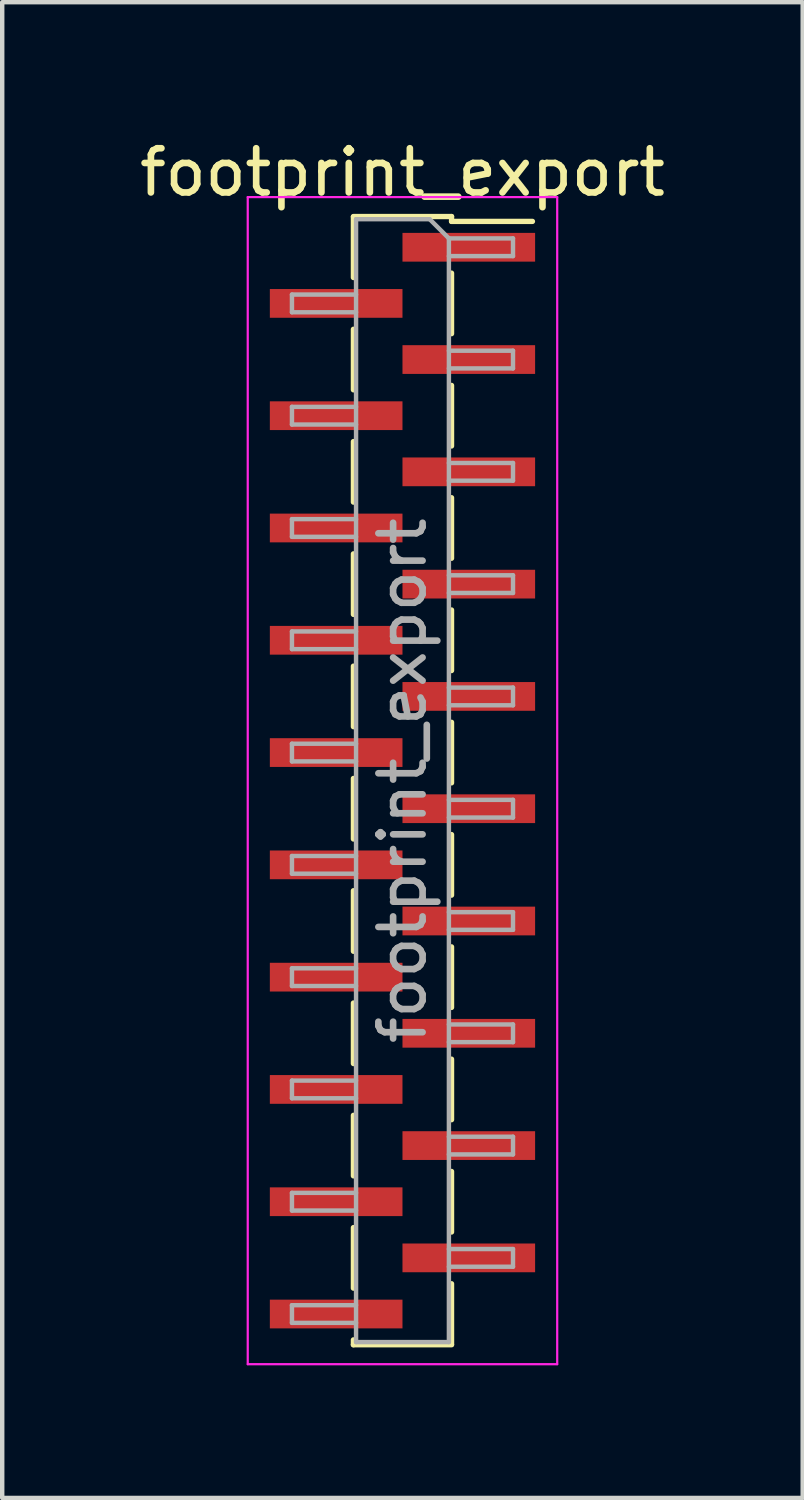
<source format=kicad_pcb>
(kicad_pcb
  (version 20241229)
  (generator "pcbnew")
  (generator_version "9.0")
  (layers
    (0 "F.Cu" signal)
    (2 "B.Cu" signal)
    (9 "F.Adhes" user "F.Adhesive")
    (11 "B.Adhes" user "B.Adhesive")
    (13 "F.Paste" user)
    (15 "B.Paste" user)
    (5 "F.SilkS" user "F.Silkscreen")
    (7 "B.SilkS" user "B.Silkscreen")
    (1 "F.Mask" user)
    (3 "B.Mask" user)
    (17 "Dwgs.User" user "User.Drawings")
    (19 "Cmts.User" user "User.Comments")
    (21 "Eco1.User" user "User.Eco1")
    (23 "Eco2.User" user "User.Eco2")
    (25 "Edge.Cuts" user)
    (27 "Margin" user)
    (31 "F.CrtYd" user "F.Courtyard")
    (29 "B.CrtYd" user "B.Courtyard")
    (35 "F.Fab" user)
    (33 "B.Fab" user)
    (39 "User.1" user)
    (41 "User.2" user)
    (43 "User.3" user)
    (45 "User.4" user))
  (footprint "footprint_export"
    (layer "F.Cu")
    (at 6.054 14.608)
    (property "Reference" "footprint_export" (at 0 -13.76 0) (layer "F.SilkS") (effects (font (size 1 1) (thickness 0.15))))
    (attr smd)
    (fp_line (start -1.11 -12.76) (end 1.11 -12.76) (stroke (width 0.12) (type solid)) (layer "F.SilkS"))
    (fp_line (start -1.11 -12.75) (end -1.11 -11.38) (stroke (width 0.12) (type solid)) (layer "F.SilkS"))
    (fp_line (start -1.11 -10.21) (end -1.11 -8.84) (stroke (width 0.12) (type solid)) (layer "F.SilkS"))
    (fp_line (start -1.11 -7.67) (end -1.11 -6.3) (stroke (width 0.12) (type solid)) (layer "F.SilkS"))
    (fp_line (start -1.11 -5.13) (end -1.11 -3.76) (stroke (width 0.12) (type solid)) (layer "F.SilkS"))
    (fp_line (start -1.11 -2.59) (end -1.11 -1.22) (stroke (width 0.12) (type solid)) (layer "F.SilkS"))
    (fp_line (start -1.11 -0.05) (end -1.11 1.32) (stroke (width 0.12) (type solid)) (layer "F.SilkS"))
    (fp_line (start -1.11 2.49) (end -1.11 3.86) (stroke (width 0.12) (type solid)) (layer "F.SilkS"))
    (fp_line (start -1.11 5.03) (end -1.11 6.4) (stroke (width 0.12) (type solid)) (layer "F.SilkS"))
    (fp_line (start -1.11 7.57) (end -1.11 8.94) (stroke (width 0.12) (type solid)) (layer "F.SilkS"))
    (fp_line (start -1.11 10.11) (end -1.11 11.48) (stroke (width 0.12) (type solid)) (layer "F.SilkS"))
    (fp_line (start -1.11 12.65) (end -1.11 12.76) (stroke (width 0.12) (type solid)) (layer "F.SilkS"))
    (fp_line (start -1.11 12.76) (end 1.11 12.76) (stroke (width 0.12) (type solid)) (layer "F.SilkS"))
    (fp_line (start 1.11 -12.76) (end 1.11 -12.65) (stroke (width 0.12) (type solid)) (layer "F.SilkS"))
    (fp_line (start 1.11 -12.65) (end 2.94 -12.65) (stroke (width 0.12) (type solid)) (layer "F.SilkS"))
    (fp_line (start 1.11 -11.48) (end 1.11 -10.11) (stroke (width 0.12) (type solid)) (layer "F.SilkS"))
    (fp_line (start 1.11 -8.94) (end 1.11 -7.57) (stroke (width 0.12) (type solid)) (layer "F.SilkS"))
    (fp_line (start 1.11 -6.4) (end 1.11 -5.03) (stroke (width 0.12) (type solid)) (layer "F.SilkS"))
    (fp_line (start 1.11 -3.86) (end 1.11 -2.49) (stroke (width 0.12) (type solid)) (layer "F.SilkS"))
    (fp_line (start 1.11 -1.32) (end 1.11 0.05) (stroke (width 0.12) (type solid)) (layer "F.SilkS"))
    (fp_line (start 1.11 1.22) (end 1.11 2.59) (stroke (width 0.12) (type solid)) (layer "F.SilkS"))
    (fp_line (start 1.11 3.76) (end 1.11 5.13) (stroke (width 0.12) (type solid)) (layer "F.SilkS"))
    (fp_line (start 1.11 6.3) (end 1.11 7.67) (stroke (width 0.12) (type solid)) (layer "F.SilkS"))
    (fp_line (start 1.11 8.84) (end 1.11 10.21) (stroke (width 0.12) (type solid)) (layer "F.SilkS"))
    (fp_line (start 1.11 11.38) (end 1.11 12.75) (stroke (width 0.12) (type solid)) (layer "F.SilkS"))
    (fp_line (start -3.5 -13.2) (end -3.5 13.2) (stroke (width 0.05) (type solid)) (layer "F.CrtYd"))
    (fp_line (start -3.5 13.2) (end 3.5 13.2) (stroke (width 0.05) (type solid)) (layer "F.CrtYd"))
    (fp_line (start 3.5 -13.2) (end -3.5 -13.2) (stroke (width 0.05) (type solid)) (layer "F.CrtYd"))
    (fp_line (start 3.5 13.2) (end 3.5 -13.2) (stroke (width 0.05) (type solid)) (layer "F.CrtYd"))
    (fp_line (start -2.5 -10.995) (end -2.5 -10.595) (stroke (width 0.1) (type solid)) (layer "F.Fab"))
    (fp_line (start -2.5 -10.595) (end -1.05 -10.595) (stroke (width 0.1) (type solid)) (layer "F.Fab"))
    (fp_line (start -2.5 -8.455) (end -2.5 -8.055) (stroke (width 0.1) (type solid)) (layer "F.Fab"))
    (fp_line (start -2.5 -8.055) (end -1.05 -8.055) (stroke (width 0.1) (type solid)) (layer "F.Fab"))
    (fp_line (start -2.5 -5.915) (end -2.5 -5.515) (stroke (width 0.1) (type solid)) (layer "F.Fab"))
    (fp_line (start -2.5 -5.515) (end -1.05 -5.515) (stroke (width 0.1) (type solid)) (layer "F.Fab"))
    (fp_line (start -2.5 -3.375) (end -2.5 -2.975) (stroke (width 0.1) (type solid)) (layer "F.Fab"))
    (fp_line (start -2.5 -2.975) (end -1.05 -2.975) (stroke (width 0.1) (type solid)) (layer "F.Fab"))
    (fp_line (start -2.5 -0.835) (end -2.5 -0.435) (stroke (width 0.1) (type solid)) (layer "F.Fab"))
    (fp_line (start -2.5 -0.435) (end -1.05 -0.435) (stroke (width 0.1) (type solid)) (layer "F.Fab"))
    (fp_line (start -2.5 1.705) (end -2.5 2.105) (stroke (width 0.1) (type solid)) (layer "F.Fab"))
    (fp_line (start -2.5 2.105) (end -1.05 2.105) (stroke (width 0.1) (type solid)) (layer "F.Fab"))
    (fp_line (start -2.5 4.245) (end -2.5 4.645) (stroke (width 0.1) (type solid)) (layer "F.Fab"))
    (fp_line (start -2.5 4.645) (end -1.05 4.645) (stroke (width 0.1) (type solid)) (layer "F.Fab"))
    (fp_line (start -2.5 6.785) (end -2.5 7.185) (stroke (width 0.1) (type solid)) (layer "F.Fab"))
    (fp_line (start -2.5 7.185) (end -1.05 7.185) (stroke (width 0.1) (type solid)) (layer "F.Fab"))
    (fp_line (start -2.5 9.325) (end -2.5 9.725) (stroke (width 0.1) (type solid)) (layer "F.Fab"))
    (fp_line (start -2.5 9.725) (end -1.05 9.725) (stroke (width 0.1) (type solid)) (layer "F.Fab"))
    (fp_line (start -2.5 11.865) (end -2.5 12.265) (stroke (width 0.1) (type solid)) (layer "F.Fab"))
    (fp_line (start -2.5 12.265) (end -1.05 12.265) (stroke (width 0.1) (type solid)) (layer "F.Fab"))
    (fp_line (start -1.05 -12.7) (end -1.05 12.7) (stroke (width 0.1) (type solid)) (layer "F.Fab"))
    (fp_line (start -1.05 -12.7) (end 0.615 -12.7) (stroke (width 0.1) (type solid)) (layer "F.Fab"))
    (fp_line (start -1.05 -10.995) (end -2.5 -10.995) (stroke (width 0.1) (type solid)) (layer "F.Fab"))
    (fp_line (start -1.05 -8.455) (end -2.5 -8.455) (stroke (width 0.1) (type solid)) (layer "F.Fab"))
    (fp_line (start -1.05 -5.915) (end -2.5 -5.915) (stroke (width 0.1) (type solid)) (layer "F.Fab"))
    (fp_line (start -1.05 -3.375) (end -2.5 -3.375) (stroke (width 0.1) (type solid)) (layer "F.Fab"))
    (fp_line (start -1.05 -0.835) (end -2.5 -0.835) (stroke (width 0.1) (type solid)) (layer "F.Fab"))
    (fp_line (start -1.05 1.705) (end -2.5 1.705) (stroke (width 0.1) (type solid)) (layer "F.Fab"))
    (fp_line (start -1.05 4.245) (end -2.5 4.245) (stroke (width 0.1) (type solid)) (layer "F.Fab"))
    (fp_line (start -1.05 6.785) (end -2.5 6.785) (stroke (width 0.1) (type solid)) (layer "F.Fab"))
    (fp_line (start -1.05 9.325) (end -2.5 9.325) (stroke (width 0.1) (type solid)) (layer "F.Fab"))
    (fp_line (start -1.05 11.865) (end -2.5 11.865) (stroke (width 0.1) (type solid)) (layer "F.Fab"))
    (fp_line (start 1.05 -12.265) (end 0.615 -12.7) (stroke (width 0.1) (type solid)) (layer "F.Fab"))
    (fp_line (start 1.05 -12.265) (end 2.5 -12.265) (stroke (width 0.1) (type solid)) (layer "F.Fab"))
    (fp_line (start 1.05 -9.725) (end 2.5 -9.725) (stroke (width 0.1) (type solid)) (layer "F.Fab"))
    (fp_line (start 1.05 -7.185) (end 2.5 -7.185) (stroke (width 0.1) (type solid)) (layer "F.Fab"))
    (fp_line (start 1.05 -4.645) (end 2.5 -4.645) (stroke (width 0.1) (type solid)) (layer "F.Fab"))
    (fp_line (start 1.05 -2.105) (end 2.5 -2.105) (stroke (width 0.1) (type solid)) (layer "F.Fab"))
    (fp_line (start 1.05 0.435) (end 2.5 0.435) (stroke (width 0.1) (type solid)) (layer "F.Fab"))
    (fp_line (start 1.05 2.975) (end 2.5 2.975) (stroke (width 0.1) (type solid)) (layer "F.Fab"))
    (fp_line (start 1.05 5.515) (end 2.5 5.515) (stroke (width 0.1) (type solid)) (layer "F.Fab"))
    (fp_line (start 1.05 8.055) (end 2.5 8.055) (stroke (width 0.1) (type solid)) (layer "F.Fab"))
    (fp_line (start 1.05 10.595) (end 2.5 10.595) (stroke (width 0.1) (type solid)) (layer "F.Fab"))
    (fp_line (start 1.05 12.7) (end -1.05 12.7) (stroke (width 0.1) (type solid)) (layer "F.Fab"))
    (fp_line (start 1.05 12.7) (end 1.05 -12.265) (stroke (width 0.1) (type solid)) (layer "F.Fab"))
    (fp_line (start 2.5 -12.265) (end 2.5 -11.865) (stroke (width 0.1) (type solid)) (layer "F.Fab"))
    (fp_line (start 2.5 -11.865) (end 1.05 -11.865) (stroke (width 0.1) (type solid)) (layer "F.Fab"))
    (fp_line (start 2.5 -9.725) (end 2.5 -9.325) (stroke (width 0.1) (type solid)) (layer "F.Fab"))
    (fp_line (start 2.5 -9.325) (end 1.05 -9.325) (stroke (width 0.1) (type solid)) (layer "F.Fab"))
    (fp_line (start 2.5 -7.185) (end 2.5 -6.785) (stroke (width 0.1) (type solid)) (layer "F.Fab"))
    (fp_line (start 2.5 -6.785) (end 1.05 -6.785) (stroke (width 0.1) (type solid)) (layer "F.Fab"))
    (fp_line (start 2.5 -4.645) (end 2.5 -4.245) (stroke (width 0.1) (type solid)) (layer "F.Fab"))
    (fp_line (start 2.5 -4.245) (end 1.05 -4.245) (stroke (width 0.1) (type solid)) (layer "F.Fab"))
    (fp_line (start 2.5 -2.105) (end 2.5 -1.705) (stroke (width 0.1) (type solid)) (layer "F.Fab"))
    (fp_line (start 2.5 -1.705) (end 1.05 -1.705) (stroke (width 0.1) (type solid)) (layer "F.Fab"))
    (fp_line (start 2.5 0.435) (end 2.5 0.835) (stroke (width 0.1) (type solid)) (layer "F.Fab"))
    (fp_line (start 2.5 0.835) (end 1.05 0.835) (stroke (width 0.1) (type solid)) (layer "F.Fab"))
    (fp_line (start 2.5 2.975) (end 2.5 3.375) (stroke (width 0.1) (type solid)) (layer "F.Fab"))
    (fp_line (start 2.5 3.375) (end 1.05 3.375) (stroke (width 0.1) (type solid)) (layer "F.Fab"))
    (fp_line (start 2.5 5.515) (end 2.5 5.915) (stroke (width 0.1) (type solid)) (layer "F.Fab"))
    (fp_line (start 2.5 5.915) (end 1.05 5.915) (stroke (width 0.1) (type solid)) (layer "F.Fab"))
    (fp_line (start 2.5 8.055) (end 2.5 8.455) (stroke (width 0.1) (type solid)) (layer "F.Fab"))
    (fp_line (start 2.5 8.455) (end 1.05 8.455) (stroke (width 0.1) (type solid)) (layer "F.Fab"))
    (fp_line (start 2.5 10.595) (end 2.5 10.995) (stroke (width 0.1) (type solid)) (layer "F.Fab"))
    (fp_line (start 2.5 10.995) (end 1.05 10.995) (stroke (width 0.1) (type solid)) (layer "F.Fab"))
    (fp_text user "${REFERENCE}" (at 0 0 90) (layer "F.Fab") (effects (font (size 1 1) (thickness 0.15))))
    (pad "1" smd rect (at 1.5 -12.065) (size 3 0.65) (layers "F.Cu" "F.Mask" "F.Paste"))
    (pad "2" smd rect (at -1.5 -10.795) (size 3 0.65) (layers "F.Cu" "F.Mask" "F.Paste"))
    (pad "3" smd rect (at 1.5 -9.525) (size 3 0.65) (layers "F.Cu" "F.Mask" "F.Paste"))
    (pad "4" smd rect (at -1.5 -8.255) (size 3 0.65) (layers "F.Cu" "F.Mask" "F.Paste"))
    (pad "5" smd rect (at 1.5 -6.985) (size 3 0.65) (layers "F.Cu" "F.Mask" "F.Paste"))
    (pad "6" smd rect (at -1.5 -5.715) (size 3 0.65) (layers "F.Cu" "F.Mask" "F.Paste"))
    (pad "7" smd rect (at 1.5 -4.445) (size 3 0.65) (layers "F.Cu" "F.Mask" "F.Paste"))
    (pad "8" smd rect (at -1.5 -3.175) (size 3 0.65) (layers "F.Cu" "F.Mask" "F.Paste"))
    (pad "9" smd rect (at 1.5 -1.905) (size 3 0.65) (layers "F.Cu" "F.Mask" "F.Paste"))
    (pad "10" smd rect (at -1.5 -0.635) (size 3 0.65) (layers "F.Cu" "F.Mask" "F.Paste"))
    (pad "11" smd rect (at 1.5 0.635) (size 3 0.65) (layers "F.Cu" "F.Mask" "F.Paste"))
    (pad "12" smd rect (at -1.5 1.905) (size 3 0.65) (layers "F.Cu" "F.Mask" "F.Paste"))
    (pad "13" smd rect (at 1.5 3.175) (size 3 0.65) (layers "F.Cu" "F.Mask" "F.Paste"))
    (pad "14" smd rect (at -1.5 4.445) (size 3 0.65) (layers "F.Cu" "F.Mask" "F.Paste"))
    (pad "15" smd rect (at 1.5 5.715) (size 3 0.65) (layers "F.Cu" "F.Mask" "F.Paste"))
    (pad "16" smd rect (at -1.5 6.985) (size 3 0.65) (layers "F.Cu" "F.Mask" "F.Paste"))
    (pad "17" smd rect (at 1.5 8.255) (size 3 0.65) (layers "F.Cu" "F.Mask" "F.Paste"))
    (pad "18" smd rect (at -1.5 9.525) (size 3 0.65) (layers "F.Cu" "F.Mask" "F.Paste"))
    (pad "19" smd rect (at 1.5 10.795) (size 3 0.65) (layers "F.Cu" "F.Mask" "F.Paste"))
    (pad "20" smd rect (at -1.5 12.065) (size 3 0.65) (layers "F.Cu" "F.Mask" "F.Paste")))
  (gr_rect
    (start -3 -3)
    (end 15.107 30.833)
    (stroke (width 0.1) (type default))
    (fill no)
    (layer "Edge.Cuts")))
</source>
